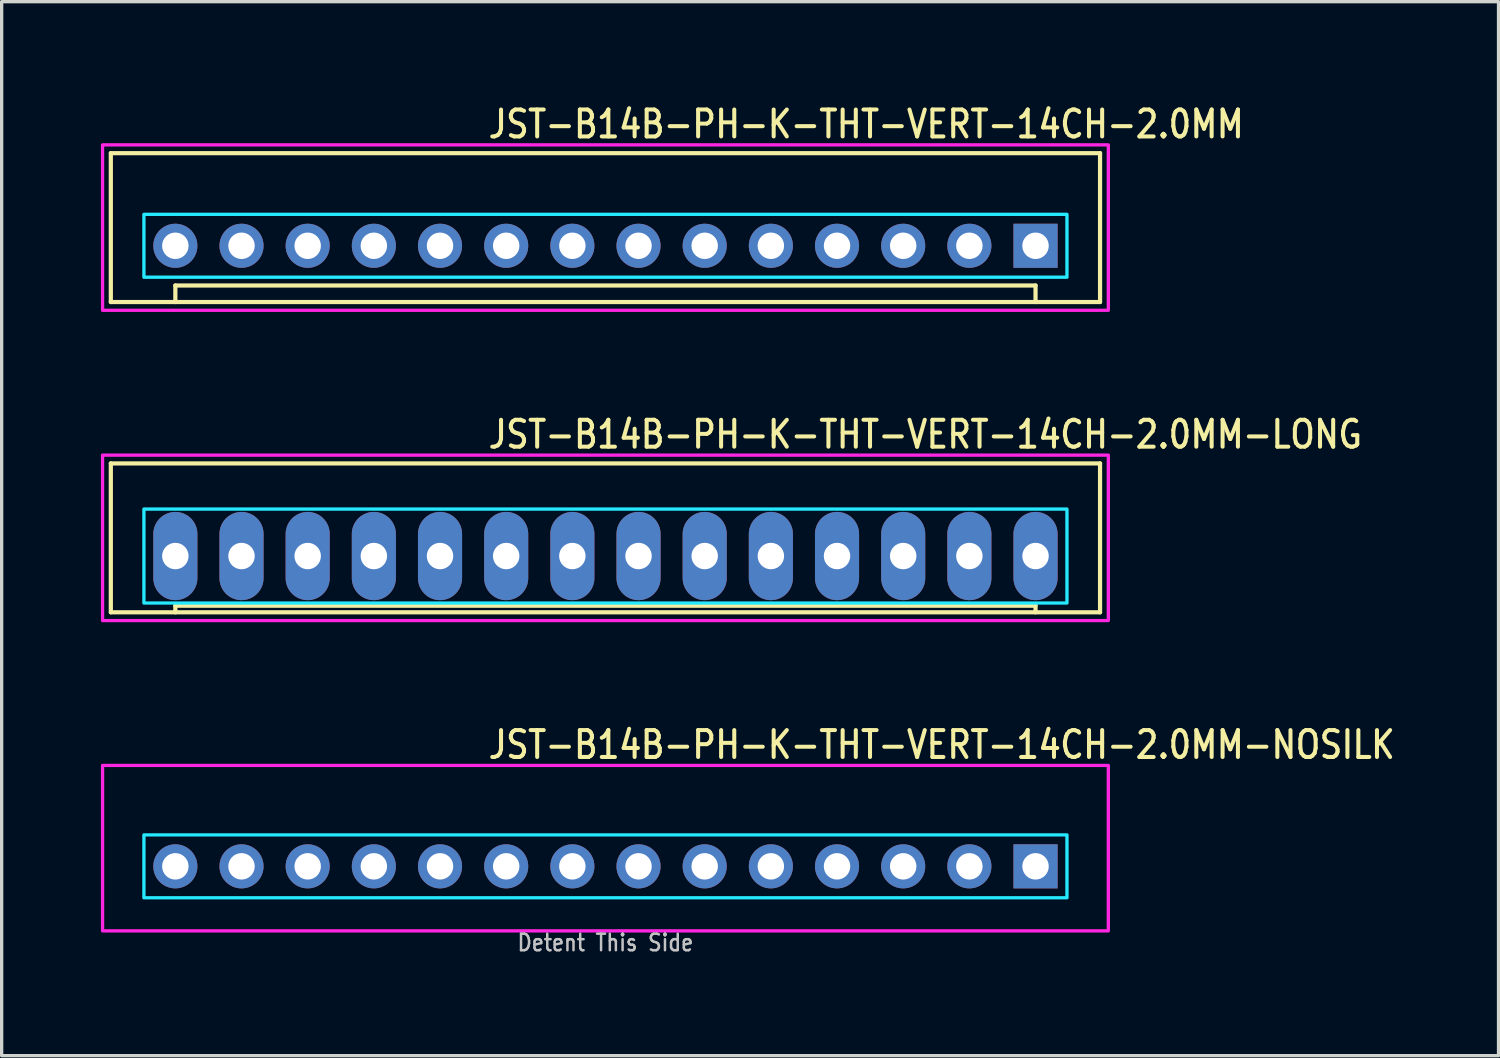
<source format=kicad_pcb>
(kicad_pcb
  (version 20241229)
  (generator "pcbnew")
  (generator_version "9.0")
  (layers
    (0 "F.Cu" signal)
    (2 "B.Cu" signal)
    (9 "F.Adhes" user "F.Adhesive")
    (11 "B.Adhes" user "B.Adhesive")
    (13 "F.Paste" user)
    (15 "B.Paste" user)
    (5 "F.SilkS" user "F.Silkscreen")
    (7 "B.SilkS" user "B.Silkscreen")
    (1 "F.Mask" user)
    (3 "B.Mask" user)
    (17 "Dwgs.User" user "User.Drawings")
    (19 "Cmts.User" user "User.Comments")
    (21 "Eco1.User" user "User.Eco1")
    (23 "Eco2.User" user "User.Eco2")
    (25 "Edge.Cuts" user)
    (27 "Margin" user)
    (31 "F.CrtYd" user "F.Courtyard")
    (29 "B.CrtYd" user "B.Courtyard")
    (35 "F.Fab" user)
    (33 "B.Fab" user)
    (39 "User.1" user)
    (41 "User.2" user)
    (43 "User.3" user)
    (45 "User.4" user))
  (footprint "JST-B14B-PH-K-THT-VERT-14CH-2.0MM-NOSILK"
    (layer "F.Cu")
    (at 15.25 23.136)
    (property "Reference" "JST-B14B-PH-K-THT-VERT-14CH-2.0MM-NOSILK" (at -3.6 -3.2 0) (unlocked yes) (layer "F.SilkS") (effects (font (size 0.813 0.695) (thickness 0.122)) (justify left bottom)))
    (fp_poly (pts (xy -13.95 -0.95) (xy -13.95 0.95) (xy 13.95 0.95) (xy 13.95 -0.95)) (stroke (width 0.1) (type solid)) (fill no) (layer "B.CrtYd"))
    (fp_poly (pts (xy -15.2 1.95) (xy -15.2 -3.05) (xy 15.2 -3.05) (xy 15.2 1.95)) (stroke (width 0.1) (type solid)) (fill no) (layer "F.CrtYd"))
    (fp_text user "Detent This Side" (at 0 2.6 0) (unlocked yes) (layer "Dwgs.User") (effects (font (size 0.5 0.427) (thickness 0.075)) (justify bottom)))
    (pad "1" thru_hole rect (at 13 0) (size 1.333 1.333) (drill 0.8) (layers "*.Cu" "*.Mask"))
    (pad "2" thru_hole oval (at 11 0) (size 1.333 1.333) (drill 0.8) (layers "*.Cu" "*.Mask"))
    (pad "3" thru_hole oval (at 9 0) (size 1.333 1.333) (drill 0.8) (layers "*.Cu" "*.Mask"))
    (pad "4" thru_hole oval (at 7 0) (size 1.333 1.333) (drill 0.8) (layers "*.Cu" "*.Mask"))
    (pad "5" thru_hole oval (at 5 0) (size 1.333 1.333) (drill 0.8) (layers "*.Cu" "*.Mask"))
    (pad "6" thru_hole oval (at 3 0) (size 1.333 1.333) (drill 0.8) (layers "*.Cu" "*.Mask"))
    (pad "7" thru_hole oval (at 1 0) (size 1.333 1.333) (drill 0.8) (layers "*.Cu" "*.Mask"))
    (pad "8" thru_hole oval (at -1 0) (size 1.333 1.333) (drill 0.8) (layers "*.Cu" "*.Mask"))
    (pad "9" thru_hole oval (at -3 0) (size 1.333 1.333) (drill 0.8) (layers "*.Cu" "*.Mask"))
    (pad "10" thru_hole oval (at -5 0) (size 1.333 1.333) (drill 0.8) (layers "*.Cu" "*.Mask"))
    (pad "11" thru_hole oval (at -7 0) (size 1.333 1.333) (drill 0.8) (layers "*.Cu" "*.Mask"))
    (pad "12" thru_hole oval (at -9 0) (size 1.333 1.333) (drill 0.8) (layers "*.Cu" "*.Mask"))
    (pad "13" thru_hole oval (at -11 0) (size 1.333 1.333) (drill 0.8) (layers "*.Cu" "*.Mask"))
    (pad "14" thru_hole oval (at -13 0) (size 1.333 1.333) (drill 0.8) (layers "*.Cu" "*.Mask")))
  (footprint "JST-B14B-PH-K-THT-VERT-14CH-2.0MM"
    (layer "F.Cu")
    (at 15.25 4.379)
    (property "Reference" "JST-B14B-PH-K-THT-VERT-14CH-2.0MM" (at -3.6 -3.2 0) (unlocked yes) (layer "F.SilkS") (effects (font (size 0.813 0.695) (thickness 0.122)) (justify left bottom)))
    (fp_line (start -14.95 -2.8) (end -14.95 1.7) (stroke (width 0.127) (type solid)) (layer "F.SilkS"))
    (fp_line (start -14.95 -2.8) (end 14.95 -2.8) (stroke (width 0.127) (type solid)) (layer "F.SilkS"))
    (fp_line (start -14.95 1.7) (end 14.95 1.7) (stroke (width 0.127) (type solid)) (layer "F.SilkS"))
    (fp_line (start -13 1.7) (end -13 1.2) (stroke (width 0.127) (type solid)) (layer "F.SilkS"))
    (fp_line (start 13 1.2) (end -13 1.2) (stroke (width 0.127) (type solid)) (layer "F.SilkS"))
    (fp_line (start 13 1.7) (end 13 1.2) (stroke (width 0.127) (type solid)) (layer "F.SilkS"))
    (fp_line (start 14.95 1.7) (end 14.95 -2.8) (stroke (width 0.127) (type solid)) (layer "F.SilkS"))
    (fp_poly (pts (xy -13.95 -0.95) (xy -13.95 0.95) (xy 13.95 0.95) (xy 13.95 -0.95)) (stroke (width 0.1) (type solid)) (fill no) (layer "B.CrtYd"))
    (fp_poly (pts (xy -15.2 1.95) (xy -15.2 -3.05) (xy 15.2 -3.05) (xy 15.2 1.95)) (stroke (width 0.1) (type solid)) (fill no) (layer "F.CrtYd"))
    (pad "1" thru_hole rect (at 13 0) (size 1.333 1.333) (drill 0.8) (layers "*.Cu" "*.Mask"))
    (pad "2" thru_hole oval (at 11 0) (size 1.333 1.333) (drill 0.8) (layers "*.Cu" "*.Mask"))
    (pad "3" thru_hole oval (at 9 0) (size 1.333 1.333) (drill 0.8) (layers "*.Cu" "*.Mask"))
    (pad "4" thru_hole oval (at 7 0) (size 1.333 1.333) (drill 0.8) (layers "*.Cu" "*.Mask"))
    (pad "5" thru_hole oval (at 5 0) (size 1.333 1.333) (drill 0.8) (layers "*.Cu" "*.Mask"))
    (pad "6" thru_hole oval (at 3 0) (size 1.333 1.333) (drill 0.8) (layers "*.Cu" "*.Mask"))
    (pad "7" thru_hole oval (at 1 0) (size 1.333 1.333) (drill 0.8) (layers "*.Cu" "*.Mask"))
    (pad "8" thru_hole oval (at -1 0) (size 1.333 1.333) (drill 0.8) (layers "*.Cu" "*.Mask"))
    (pad "9" thru_hole oval (at -3 0) (size 1.333 1.333) (drill 0.8) (layers "*.Cu" "*.Mask"))
    (pad "10" thru_hole oval (at -5 0) (size 1.333 1.333) (drill 0.8) (layers "*.Cu" "*.Mask"))
    (pad "11" thru_hole oval (at -7 0) (size 1.333 1.333) (drill 0.8) (layers "*.Cu" "*.Mask"))
    (pad "12" thru_hole oval (at -9 0) (size 1.333 1.333) (drill 0.8) (layers "*.Cu" "*.Mask"))
    (pad "13" thru_hole oval (at -11 0) (size 1.333 1.333) (drill 0.8) (layers "*.Cu" "*.Mask"))
    (pad "14" thru_hole oval (at -13 0) (size 1.333 1.333) (drill 0.8) (layers "*.Cu" "*.Mask")))
  (footprint "JST-B14B-PH-K-THT-VERT-14CH-2.0MM-LONG"
    (layer "F.Cu")
    (at 15.25 13.757)
    (property "Reference" "JST-B14B-PH-K-THT-VERT-14CH-2.0MM-LONG" (at -3.6 -3.2 0) (unlocked yes) (layer "F.SilkS") (effects (font (size 0.813 0.695) (thickness 0.122)) (justify left bottom)))
    (fp_line (start -14.95 -2.8) (end -14.95 1.7) (stroke (width 0.127) (type solid)) (layer "F.SilkS"))
    (fp_line (start -14.95 -2.8) (end 14.95 -2.8) (stroke (width 0.127) (type solid)) (layer "F.SilkS"))
    (fp_line (start -14.95 1.7) (end 14.95 1.7) (stroke (width 0.127) (type solid)) (layer "F.SilkS"))
    (fp_line (start -13 1.7) (end -13 1.5) (stroke (width 0.127) (type solid)) (layer "F.SilkS"))
    (fp_line (start 13 1.5) (end -13 1.5) (stroke (width 0.127) (type solid)) (layer "F.SilkS"))
    (fp_line (start 13 1.7) (end 13 1.5) (stroke (width 0.127) (type solid)) (layer "F.SilkS"))
    (fp_line (start 14.95 1.7) (end 14.95 -2.8) (stroke (width 0.127) (type solid)) (layer "F.SilkS"))
    (fp_poly (pts (xy -13.95 -1.42) (xy -13.95 1.42) (xy 13.95 1.42) (xy 13.95 -1.42)) (stroke (width 0.1) (type solid)) (fill no) (layer "B.CrtYd"))
    (fp_poly (pts (xy -15.2 1.95) (xy -15.2 -3.05) (xy 15.2 -3.05) (xy 15.2 1.95)) (stroke (width 0.1) (type solid)) (fill no) (layer "F.CrtYd"))
    (pad "P$1" thru_hole oval (at 13 0 90) (size 2.667 1.333) (drill 0.8) (layers "*.Cu" "*.Mask"))
    (pad "P$2" thru_hole oval (at 11 0 90) (size 2.667 1.333) (drill 0.8) (layers "*.Cu" "*.Mask"))
    (pad "P$3" thru_hole oval (at 9 0 90) (size 2.667 1.333) (drill 0.8) (layers "*.Cu" "*.Mask"))
    (pad "P$4" thru_hole oval (at 7 0 90) (size 2.667 1.333) (drill 0.8) (layers "*.Cu" "*.Mask"))
    (pad "P$5" thru_hole oval (at 5 0 90) (size 2.667 1.333) (drill 0.8) (layers "*.Cu" "*.Mask"))
    (pad "P$6" thru_hole oval (at 3 0 90) (size 2.667 1.333) (drill 0.8) (layers "*.Cu" "*.Mask"))
    (pad "P$7" thru_hole oval (at 1 0 90) (size 2.667 1.333) (drill 0.8) (layers "*.Cu" "*.Mask"))
    (pad "P$8" thru_hole oval (at -1 0 90) (size 2.667 1.333) (drill 0.8) (layers "*.Cu" "*.Mask"))
    (pad "P$9" thru_hole oval (at -3 0 90) (size 2.667 1.333) (drill 0.8) (layers "*.Cu" "*.Mask"))
    (pad "P$10" thru_hole oval (at -5 0 90) (size 2.667 1.333) (drill 0.8) (layers "*.Cu" "*.Mask"))
    (pad "P$11" thru_hole oval (at -7 0 90) (size 2.667 1.333) (drill 0.8) (layers "*.Cu" "*.Mask"))
    (pad "P$12" thru_hole oval (at -9 0 90) (size 2.667 1.333) (drill 0.8) (layers "*.Cu" "*.Mask"))
    (pad "P$13" thru_hole oval (at -11 0 90) (size 2.667 1.333) (drill 0.8) (layers "*.Cu" "*.Mask"))
    (pad "P$14" thru_hole oval (at -13 0 90) (size 2.667 1.333) (drill 0.8) (layers "*.Cu" "*.Mask")))
  (gr_rect
    (start -3 -3)
    (end 42.244 28.859)
    (stroke (width 0.1) (type default))
    (fill no)
    (layer "Edge.Cuts")))
</source>
